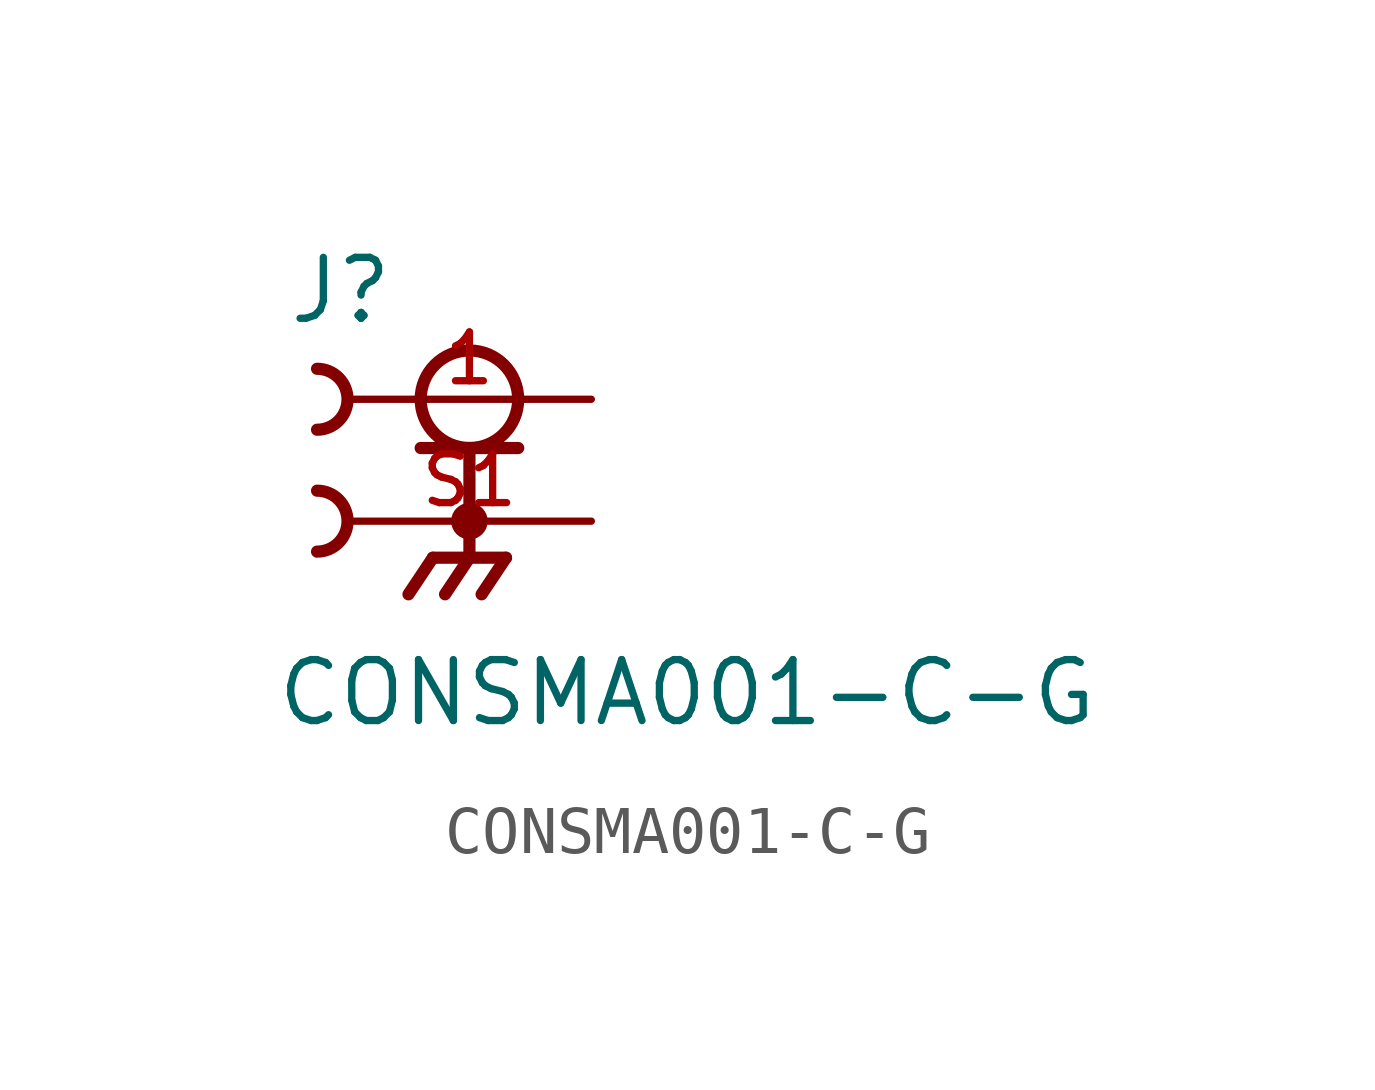
<source format=kicad_sym>
(kicad_symbol_lib
  (version 20211014)
  (generator kicad_symbol_editor)
  (symbol "CONSMA001-C-G"
    (pin_names
      (offset 1.016))
    (property "Reference" "J"
      (at -3.81 1.524 0)
      (effects (font (size 1.27 1.27)) (justify bottom left)))
    (property "Value" "CONSMA001-C-G"
      (at -4.064 -6.858 0)
      (effects (font (size 1.27 1.27)) (justify bottom left)))
    (symbol "CONSMA001-C-G_0_0"
      (circle (center 0.0 0.0) (radius 1.016) (stroke (width 0.254)) (fill (type none)))
      (polyline (pts (xy -1.016 -1.016) (xy 0.0 -1.016)) (stroke (width 0.254)))
      (polyline (pts (xy 0.0 -1.016) (xy 1.016 -1.016)) (stroke (width 0.254)))
      (polyline (pts (xy 0.0 -1.016) (xy 0.0 -3.302)) (stroke (width 0.254)))
      (circle (center 0.0 -2.54) (radius 0.254) (stroke (width 0.254)) (fill (type none)))
      (polyline (pts (xy 0.0 -3.302) (xy -0.762 -3.302)) (stroke (width 0.254)))
      (polyline (pts (xy 0.0 -3.302) (xy 0.762 -3.302)) (stroke (width 0.254)))
      (polyline (pts (xy -0.762 -3.302) (xy -1.27 -4.064)) (stroke (width 0.254)))
      (polyline (pts (xy 0.0 -3.302) (xy -0.508 -4.064)) (stroke (width 0.254)))
      (polyline (pts (xy 0.762 -3.302) (xy 0.254 -4.064)) (stroke (width 0.254)))
      (arc (start -3.175 0.635) (mid -2.54 -0.0) (end -3.175 -0.635) (stroke (width 0.254) (type default) (color 0 0 0 0)) (fill (type none)))
      (arc (start -3.175 -1.905) (mid -2.54 -2.54) (end -3.175 -3.175) (stroke (width 0.254) (type default) (color 0 0 0 0)) (fill (type none)))
      (pin passive line (at 2.54 0.0 180.0) (length 5.08) (name "~" (effects (font (size 1.016 1.016)))) (number "1" (effects (font (size 1.016 1.016)))))
      (pin passive line (at 2.54 -2.54 180.0) (length 5.08) (name "~" (effects (font (size 1.016 1.016)))) (number "S1" (effects (font (size 1.016 1.016))))))))
</source>
